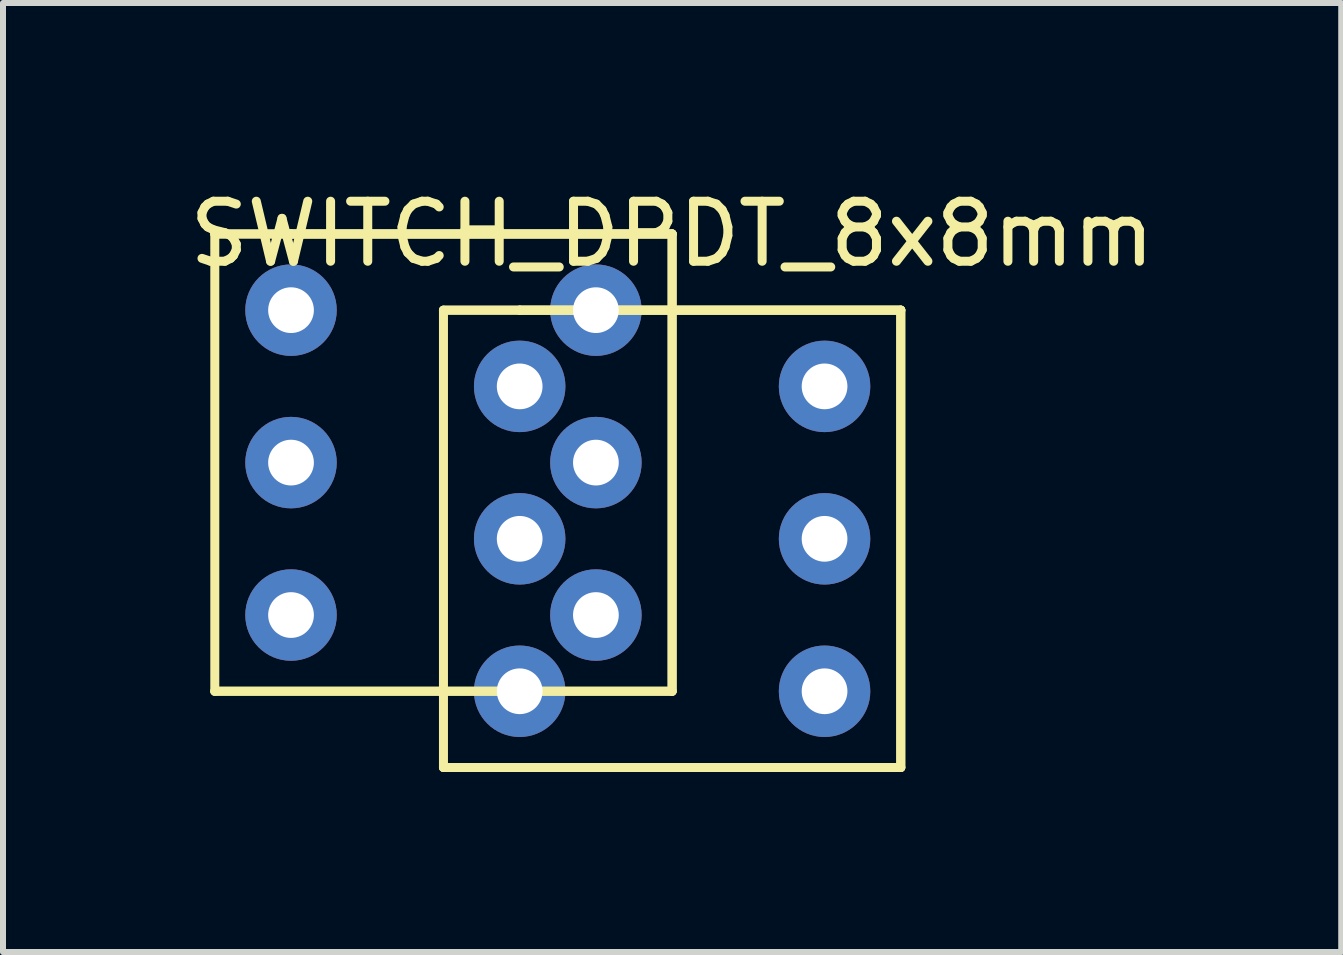
<source format=kicad_pcb>
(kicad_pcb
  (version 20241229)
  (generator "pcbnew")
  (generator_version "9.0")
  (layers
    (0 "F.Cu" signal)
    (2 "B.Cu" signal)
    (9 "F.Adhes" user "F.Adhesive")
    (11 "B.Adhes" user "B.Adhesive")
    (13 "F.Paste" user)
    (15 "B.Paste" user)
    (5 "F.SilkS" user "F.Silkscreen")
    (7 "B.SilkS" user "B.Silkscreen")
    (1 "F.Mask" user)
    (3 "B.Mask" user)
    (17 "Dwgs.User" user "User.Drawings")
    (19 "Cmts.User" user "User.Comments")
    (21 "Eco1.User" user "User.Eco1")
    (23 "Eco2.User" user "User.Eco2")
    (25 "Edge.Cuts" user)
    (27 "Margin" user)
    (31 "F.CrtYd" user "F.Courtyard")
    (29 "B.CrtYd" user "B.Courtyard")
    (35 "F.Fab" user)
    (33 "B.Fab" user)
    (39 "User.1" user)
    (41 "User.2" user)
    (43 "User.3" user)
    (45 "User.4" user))
  (footprint "SWITCH_DPDT_8x8mm"
    (layer "F.Cu")
    (at 8.149 5.928)
    (property "Reference" "SWITCH_DPDT_8x8mm" (at 0 -5.08 0) (layer "F.SilkS") (effects (font (size 1 1) (thickness 0.15))))
    (attr through_hole)
    (fp_line (start -7.62 -5.08) (end -7.62 2.54) (stroke (width 0.15) (type solid)) (layer "F.SilkS"))
    (fp_line (start -6.35 -5.08) (end -7.62 -5.08) (stroke (width 0.15) (type solid)) (layer "F.SilkS"))
    (fp_line (start -6.35 -5.08) (end -7.62 -5.08) (stroke (width 0.15) (type solid)) (layer "F.SilkS"))
    (fp_line (start -6.35 -5.08) (end 0 -5.08) (stroke (width 0.15) (type solid)) (layer "F.SilkS"))
    (fp_line (start -6.35 -5.08) (end 0 -5.08) (stroke (width 0.15) (type solid)) (layer "F.SilkS"))
    (fp_line (start -3.81 -3.81) (end -3.81 3.81) (stroke (width 0.15) (type solid)) (layer "F.SilkS"))
    (fp_line (start -2.54 -3.81) (end -3.81 -3.81) (stroke (width 0.15) (type solid)) (layer "F.SilkS"))
    (fp_line (start -2.54 -3.81) (end -3.81 -3.81) (stroke (width 0.15) (type solid)) (layer "F.SilkS"))
    (fp_line (start -2.54 -3.81) (end 3.81 -3.81) (stroke (width 0.15) (type solid)) (layer "F.SilkS"))
    (fp_line (start -2.54 -3.81) (end 3.81 -3.81) (stroke (width 0.15) (type solid)) (layer "F.SilkS"))
    (fp_line (start 0 -5.08) (end -6.35 -5.08) (stroke (width 0.15) (type solid)) (layer "F.SilkS"))
    (fp_line (start 0 -5.08) (end 0 2.54) (stroke (width 0.15) (type solid)) (layer "F.SilkS"))
    (fp_line (start 0 -5.08) (end 0 2.54) (stroke (width 0.15) (type solid)) (layer "F.SilkS"))
    (fp_line (start 0 2.54) (end -7.62 2.54) (stroke (width 0.15) (type solid)) (layer "F.SilkS"))
    (fp_line (start 0 2.54) (end -7.62 2.54) (stroke (width 0.15) (type solid)) (layer "F.SilkS"))
    (fp_line (start 3.81 -3.81) (end -2.54 -3.81) (stroke (width 0.15) (type solid)) (layer "F.SilkS"))
    (fp_line (start 3.81 -3.81) (end 3.81 3.81) (stroke (width 0.15) (type solid)) (layer "F.SilkS"))
    (fp_line (start 3.81 -3.81) (end 3.81 3.81) (stroke (width 0.15) (type solid)) (layer "F.SilkS"))
    (fp_line (start 3.81 3.81) (end -3.81 3.81) (stroke (width 0.15) (type solid)) (layer "F.SilkS"))
    (fp_line (start 3.81 3.81) (end -3.81 3.81) (stroke (width 0.15) (type solid)) (layer "F.SilkS"))
    (pad "1" thru_hole circle (at -6.35 -3.81) (size 1.524 1.524) (drill 0.762) (layers "*.Cu" "*.Mask"))
    (pad "1" thru_hole circle (at -2.54 -2.54) (size 1.524 1.524) (drill 0.762) (layers "*.Cu" "*.Mask"))
    (pad "2" thru_hole circle (at -6.35 -1.27) (size 1.524 1.524) (drill 0.762) (layers "*.Cu" "*.Mask"))
    (pad "2" thru_hole circle (at -2.54 0) (size 1.524 1.524) (drill 0.762) (layers "*.Cu" "*.Mask"))
    (pad "3" thru_hole circle (at -6.35 1.27) (size 1.524 1.524) (drill 0.762) (layers "*.Cu" "*.Mask"))
    (pad "3" thru_hole circle (at -2.54 2.54) (size 1.524 1.524) (drill 0.762) (layers "*.Cu" "*.Mask"))
    (pad "4" thru_hole circle (at -1.27 -3.81) (size 1.524 1.524) (drill 0.762) (layers "*.Cu" "*.Mask"))
    (pad "4" thru_hole circle (at 2.54 -2.54) (size 1.524 1.524) (drill 0.762) (layers "*.Cu" "*.Mask"))
    (pad "5" thru_hole circle (at -1.27 -1.27) (size 1.524 1.524) (drill 0.762) (layers "*.Cu" "*.Mask"))
    (pad "5" thru_hole circle (at 2.54 0) (size 1.524 1.524) (drill 0.762) (layers "*.Cu" "*.Mask"))
    (pad "6" thru_hole circle (at -1.27 1.27) (size 1.524 1.524) (drill 0.762) (layers "*.Cu" "*.Mask"))
    (pad "6" thru_hole circle (at 2.54 2.54) (size 1.524 1.524) (drill 0.762) (layers "*.Cu" "*.Mask")))
  (gr_rect
    (start -3 -3)
    (end 19.298 12.813)
    (stroke (width 0.1) (type default))
    (fill no)
    (layer "Edge.Cuts")))
</source>
